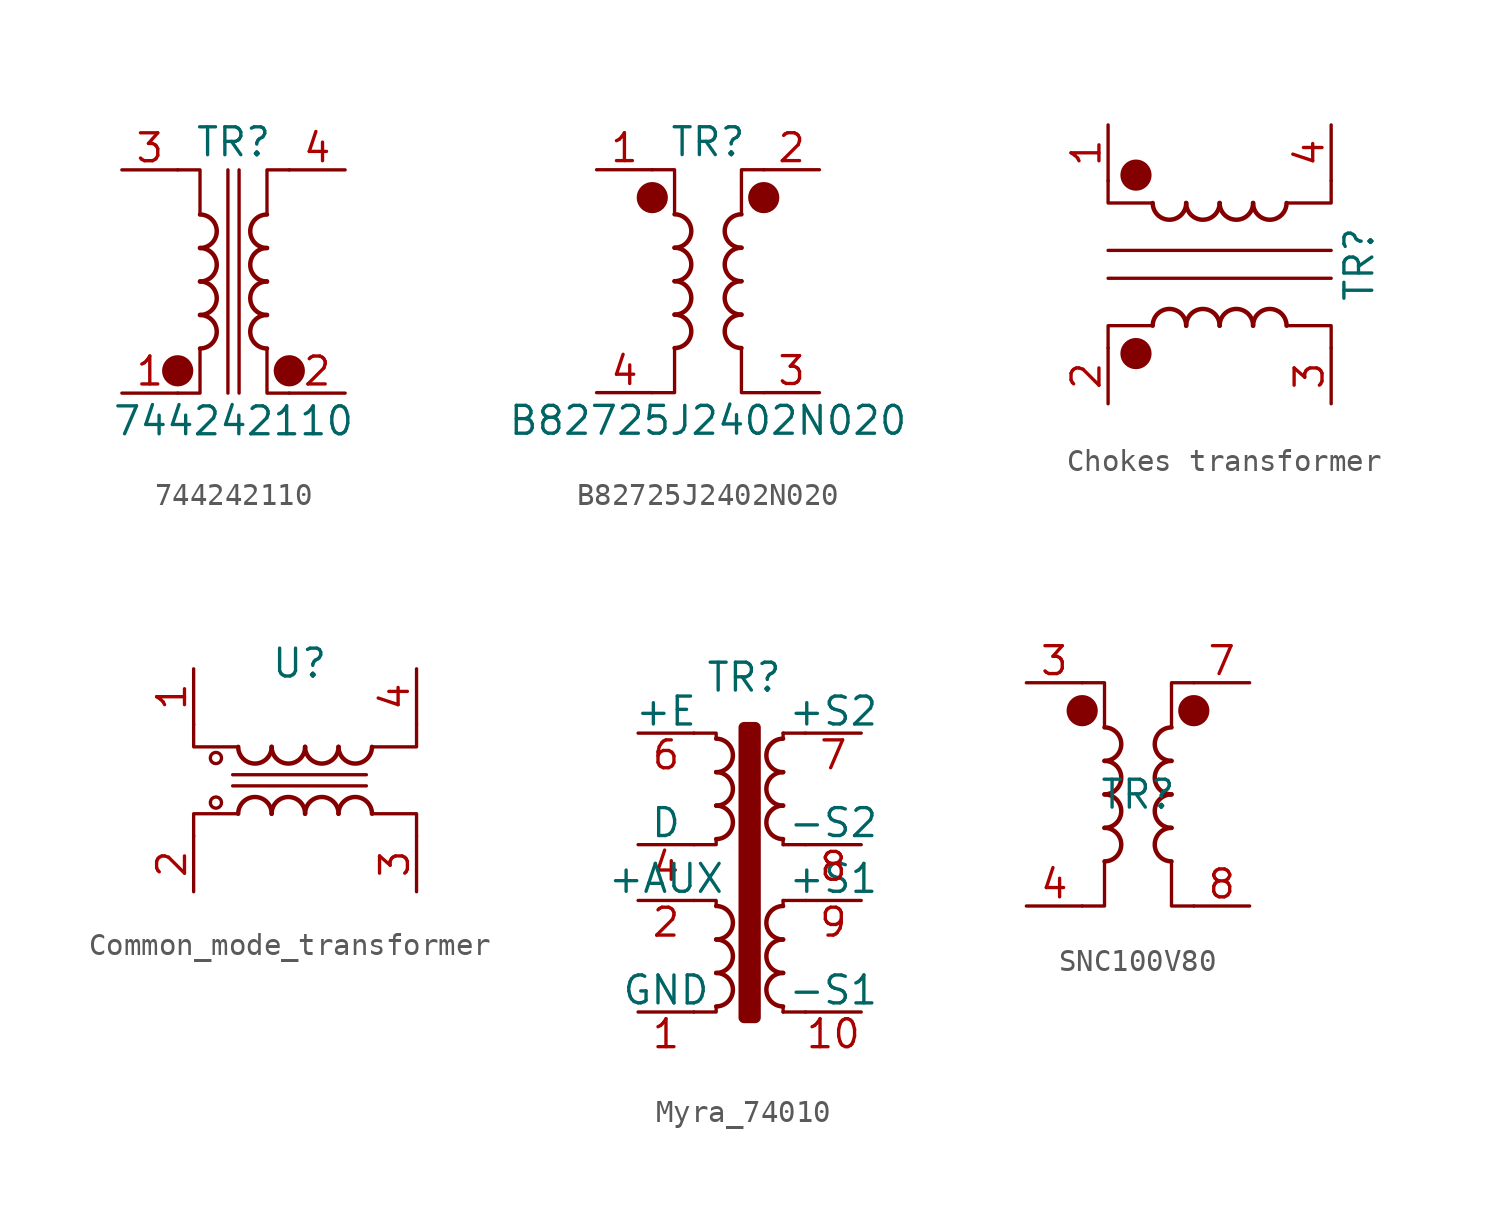
<source format=kicad_sym>
(kicad_symbol_lib
  (version 20231120)
  (generator "kicad_symbol_editor")
  (generator_version "8.0")
  (symbol "744242110"
    (pin_names hide)
    (property "Reference" "TR"
      (at 0 6.35 0)
      (effects (font (size 1.27 1.27))))
    (property "Value" "744242110"
      (at 0 -6.35 0)
      (effects (font (size 1.27 1.27))))
    (symbol "744242110_0_1"
      (circle (center -2.54 -4.064) (radius 0.635) (stroke (width 0) (type default)) (fill (type outline)))
      (arc (start -1.524 -3.048) (mid -0.7653 -2.286) (end -1.524 -1.524) (stroke (width 0.2032) (type default)) (fill (type none)))
      (arc (start -1.524 -1.524) (mid -0.7653 -0.762) (end -1.524 0) (stroke (width 0.2032) (type default)) (fill (type none)))
      (arc (start -1.524 0) (mid -0.7653 0.762) (end -1.524 1.524) (stroke (width 0.2032) (type default)) (fill (type none)))
      (arc (start -1.524 1.524) (mid -0.7653 2.286) (end -1.524 3.048) (stroke (width 0.2032) (type default)) (fill (type none)))
      (polyline (pts (xy -0.254 5.08) (xy -0.254 -5.08)) (stroke (width 0) (type default)) (fill (type none)))
      (polyline (pts (xy 0.254 -5.08) (xy 0.254 5.08)) (stroke (width 0) (type default)) (fill (type none)))
      (polyline (pts (xy -2.54 5.08) (xy -1.524 5.08) (xy -1.524 3.048)) (stroke (width 0.152) (type default)) (fill (type none)))
      (polyline (pts (xy -1.524 -3.048) (xy -1.524 -5.08) (xy -2.54 -5.08)) (stroke (width 0.152) (type default)) (fill (type none)))
      (polyline (pts (xy 1.524 3.048) (xy 1.524 5.08) (xy 2.54 5.08)) (stroke (width 0.152) (type default)) (fill (type none)))
      (polyline (pts (xy 2.54 -5.08) (xy 1.524 -5.08) (xy 1.524 -3.048)) (stroke (width 0.152) (type default)) (fill (type none)))
      (arc (start 1.524 -1.524) (mid 0.7653 -2.286) (end 1.524 -3.048) (stroke (width 0.2032) (type default)) (fill (type none)))
      (arc (start 1.524 0) (mid 0.7653 -0.762) (end 1.524 -1.524) (stroke (width 0.2032) (type default)) (fill (type none)))
      (arc (start 1.524 1.524) (mid 0.7653 0.762) (end 1.524 0) (stroke (width 0.2032) (type default)) (fill (type none)))
      (arc (start 1.524 3.048) (mid 0.7653 2.286) (end 1.524 1.524) (stroke (width 0.2032) (type default)) (fill (type none)))
      (circle (center 2.54 -4.064) (radius 0.635) (stroke (width 0) (type default)) (fill (type outline))))
    (symbol "744242110_1_1"
      (pin passive line (at -5.08 -5.08 0) (length 2.54) (name "~" (effects (font (size 1.27 1.27)))) (number "1" (effects (font (size 1.27 1.27)))))
      (pin passive line (at 5.08 -5.08 180) (length 2.54) (name "~" (effects (font (size 1.27 1.27)))) (number "2" (effects (font (size 1.27 1.27)))))
      (pin passive line (at -5.08 5.08 0) (length 2.54) (name "~" (effects (font (size 1.27 1.27)))) (number "3" (effects (font (size 1.27 1.27)))))
      (pin passive line (at 5.08 5.08 180) (length 2.54) (name "~" (effects (font (size 1.27 1.27)))) (number "4" (effects (font (size 1.27 1.27)))))))
  (symbol "B82725J2402N020"
    (pin_names hide)
    (property "Reference" "TR"
      (at 0 6.35 0)
      (effects (font (size 1.27 1.27))))
    (property "Value" "B82725J2402N020"
      (at 0 -6.35 0)
      (effects (font (size 1.27 1.27))))
    (symbol "B82725J2402N020_0_1"
      (circle (center -2.54 3.81) (radius 0.635) (stroke (width 0) (type default)) (fill (type outline)))
      (arc (start -1.524 -3.048) (mid -0.7653 -2.286) (end -1.524 -1.524) (stroke (width 0.2032) (type default)) (fill (type none)))
      (arc (start -1.524 -1.524) (mid -0.7653 -0.762) (end -1.524 0) (stroke (width 0.2032) (type default)) (fill (type none)))
      (arc (start -1.524 0) (mid -0.7653 0.762) (end -1.524 1.524) (stroke (width 0.2032) (type default)) (fill (type none)))
      (arc (start -1.524 1.524) (mid -0.7653 2.286) (end -1.524 3.048) (stroke (width 0.2032) (type default)) (fill (type none)))
      (polyline (pts (xy -2.54 5.08) (xy -1.524 5.08) (xy -1.524 3.048)) (stroke (width 0.152) (type default)) (fill (type none)))
      (polyline (pts (xy -1.524 -3.048) (xy -1.524 -5.08) (xy -2.54 -5.08)) (stroke (width 0.152) (type default)) (fill (type none)))
      (polyline (pts (xy 1.524 3.048) (xy 1.524 5.08) (xy 2.54 5.08)) (stroke (width 0.152) (type default)) (fill (type none)))
      (polyline (pts (xy 2.54 -5.08) (xy 1.524 -5.08) (xy 1.524 -3.048)) (stroke (width 0.152) (type default)) (fill (type none)))
      (arc (start 1.524 -1.524) (mid 0.7653 -2.286) (end 1.524 -3.048) (stroke (width 0.2032) (type default)) (fill (type none)))
      (arc (start 1.524 0) (mid 0.7653 -0.762) (end 1.524 -1.524) (stroke (width 0.2032) (type default)) (fill (type none)))
      (arc (start 1.524 1.524) (mid 0.7653 0.762) (end 1.524 0) (stroke (width 0.2032) (type default)) (fill (type none)))
      (arc (start 1.524 3.048) (mid 0.7653 2.286) (end 1.524 1.524) (stroke (width 0.2032) (type default)) (fill (type none)))
      (circle (center 2.54 3.81) (radius 0.635) (stroke (width 0) (type default)) (fill (type outline))))
    (symbol "B82725J2402N020_1_1"
      (pin passive line (at -5.08 5.08 0) (length 2.54) (name "~" (effects (font (size 1.27 1.27)))) (number "1" (effects (font (size 1.27 1.27)))))
      (pin passive line (at 5.08 5.08 180) (length 2.54) (name "~" (effects (font (size 1.27 1.27)))) (number "2" (effects (font (size 1.27 1.27)))))
      (pin passive line (at 5.08 -5.08 180) (length 2.54) (name "~" (effects (font (size 1.27 1.27)))) (number "3" (effects (font (size 1.27 1.27)))))
      (pin passive line (at -5.08 -5.08 0) (length 2.54) (name "~" (effects (font (size 1.27 1.27)))) (number "4" (effects (font (size 1.27 1.27)))))))
  (symbol "Chokes transformer"
    (pin_names hide)
    (property "Reference" "TR"
      (at 6.35 0 90)
      (effects (font (size 1.27 1.27))))
    (symbol "Chokes transformer_0_1"
      (circle (center -3.81 -4.064) (radius 0.635) (stroke (width 0) (type default)) (fill (type outline)))
      (circle (center -3.81 4.064) (radius 0.635) (stroke (width 0) (type default)) (fill (type outline)))
      (arc (start -3.048 2.794) (mid -2.286 2.0353) (end -1.524 2.794) (stroke (width 0.2032) (type default)) (fill (type none)))
      (arc (start -1.524 -2.794) (mid -2.286 -2.0353) (end -3.048 -2.794) (stroke (width 0.2032) (type default)) (fill (type none)))
      (arc (start -1.524 2.794) (mid -0.762 2.0353) (end 0 2.794) (stroke (width 0.2032) (type default)) (fill (type none)))
      (arc (start 0 -2.794) (mid -0.762 -2.0353) (end -1.524 -2.794) (stroke (width 0.2032) (type default)) (fill (type none)))
      (polyline (pts (xy -5.08 -0.635) (xy 5.08 -0.635)) (stroke (width 0) (type default)) (fill (type none)))
      (polyline (pts (xy 5.08 0.635) (xy -5.08 0.635)) (stroke (width 0) (type default)) (fill (type none)))
      (polyline (pts (xy -5.08 -3.81) (xy -5.08 -2.794) (xy -3.048 -2.794)) (stroke (width 0.152) (type default)) (fill (type none)))
      (polyline (pts (xy -3.048 2.794) (xy -5.08 2.794) (xy -5.08 3.81)) (stroke (width 0.152) (type default)) (fill (type none)))
      (polyline (pts (xy 3.048 -2.794) (xy 5.08 -2.794) (xy 5.08 -3.81)) (stroke (width 0.152) (type default)) (fill (type none)))
      (polyline (pts (xy 5.08 3.81) (xy 5.08 2.794) (xy 3.048 2.794)) (stroke (width 0.152) (type default)) (fill (type none)))
      (arc (start 0 2.794) (mid 0.762 2.0353) (end 1.524 2.794) (stroke (width 0.2032) (type default)) (fill (type none)))
      (arc (start 1.524 -2.794) (mid 0.762 -2.0353) (end 0 -2.794) (stroke (width 0.2032) (type default)) (fill (type none)))
      (arc (start 1.524 2.794) (mid 2.286 2.0353) (end 3.048 2.794) (stroke (width 0.2032) (type default)) (fill (type none)))
      (arc (start 3.048 -2.794) (mid 2.286 -2.0353) (end 1.524 -2.794) (stroke (width 0.2032) (type default)) (fill (type none))))
    (symbol "Chokes transformer_1_1"
      (pin passive line (at -5.08 6.35 270) (length 2.54) (name "~" (effects (font (size 1.27 1.27)))) (number "1" (effects (font (size 1.27 1.27)))))
      (pin passive line (at -5.08 -6.35 90) (length 2.54) (name "~" (effects (font (size 1.27 1.27)))) (number "2" (effects (font (size 1.27 1.27)))))
      (pin passive line (at 5.08 -6.35 90) (length 2.54) (name "~" (effects (font (size 1.27 1.27)))) (number "3" (effects (font (size 1.27 1.27)))))
      (pin passive line (at 5.08 6.35 270) (length 2.54) (name "~" (effects (font (size 1.27 1.27)))) (number "4" (effects (font (size 1.27 1.27)))))))
  (symbol "Common_mode_transformer"
    (pin_names
      (offset 0) hide)
    (property "Reference" "U"
      (at -0.254 5.334 0)
      (effects (font (size 1.27 1.27))))
    (property "Value" ""
      (at 0 0 90)
      (effects (font (size 1.27 1.27))))
    (symbol "Common_mode_transformer_0_1"
      (circle (center -4.064 -1.016) (radius 0.254) (stroke (width 0) (type default)) (fill (type none)))
      (circle (center -4.064 1.016) (radius 0.254) (stroke (width 0) (type default)) (fill (type none)))
      (arc (start -3.048 1.524) (mid -2.286 0.7653) (end -1.524 1.524) (stroke (width 0.2032) (type default)) (fill (type none)))
      (arc (start -1.524 -1.524) (mid -2.286 -0.7653) (end -3.048 -1.524) (stroke (width 0.2032) (type default)) (fill (type none)))
      (arc (start -1.524 1.524) (mid -0.762 0.7653) (end 0 1.524) (stroke (width 0.2032) (type default)) (fill (type none)))
      (arc (start 0 -1.524) (mid -0.762 -0.7653) (end -1.524 -1.524) (stroke (width 0.2032) (type default)) (fill (type none)))
      (polyline (pts (xy 2.794 -0.254) (xy -3.302 -0.254)) (stroke (width 0) (type default)) (fill (type none)))
      (polyline (pts (xy 2.794 0.254) (xy -3.302 0.254)) (stroke (width 0) (type default)) (fill (type none)))
      (polyline (pts (xy -5.08 -2.54) (xy -5.08 -1.524) (xy -3.048 -1.524)) (stroke (width 0.152) (type default)) (fill (type none)))
      (polyline (pts (xy -3.048 1.524) (xy -5.08 1.524) (xy -5.08 2.54)) (stroke (width 0.152) (type default)) (fill (type none)))
      (polyline (pts (xy 3.048 -1.524) (xy 5.08 -1.524) (xy 5.08 -2.54)) (stroke (width 0.152) (type default)) (fill (type none)))
      (polyline (pts (xy 5.08 2.54) (xy 5.08 1.524) (xy 3.048 1.524)) (stroke (width 0.152) (type default)) (fill (type none)))
      (arc (start 0 1.524) (mid 0.762 0.7653) (end 1.524 1.524) (stroke (width 0.2032) (type default)) (fill (type none)))
      (arc (start 1.524 -1.524) (mid 0.762 -0.7653) (end 0 -1.524) (stroke (width 0.2032) (type default)) (fill (type none)))
      (arc (start 1.524 1.524) (mid 2.286 0.7653) (end 3.048 1.524) (stroke (width 0.2032) (type default)) (fill (type none)))
      (arc (start 3.048 -1.524) (mid 2.286 -0.7653) (end 1.524 -1.524) (stroke (width 0.2032) (type default)) (fill (type none))))
    (symbol "Common_mode_transformer_1_1"
      (pin passive line (at -5.08 5.08 270) (length 2.54) (name "~" (effects (font (size 1.27 1.27)))) (number "1" (effects (font (size 1.27 1.27)))))
      (pin passive line (at -5.08 -5.08 90) (length 2.54) (name "~" (effects (font (size 1.27 1.27)))) (number "2" (effects (font (size 1.27 1.27)))))
      (pin passive line (at 5.08 -5.08 90) (length 2.54) (name "~" (effects (font (size 1.27 1.27)))) (number "3" (effects (font (size 1.27 1.27)))))
      (pin passive line (at 5.08 5.08 270) (length 2.54) (name "" (effects (font (size 1.27 1.27)))) (number "4" (effects (font (size 1.27 1.27)))))))
  (symbol "Myra_74010"
    (pin_names
      (offset 0))
    (property "Reference" "TR"
      (at -0.254 8.89 0)
      (effects (font (size 1.27 1.27))))
    (property "Value" ""
      (at 0 0 0)
      (effects (font (size 1.27 1.27))))
    (symbol "Myra_74010_0_1"
      (arc (start -1.524 -6.096) (mid -0.7653 -5.334) (end -1.524 -4.572) (stroke (width 0.2032) (type default)) (fill (type none)))
      (arc (start -1.524 -4.572) (mid -0.7653 -3.81) (end -1.524 -3.048) (stroke (width 0.2032) (type default)) (fill (type none)))
      (arc (start -1.524 -3.048) (mid -0.7653 -2.286) (end -1.524 -1.524) (stroke (width 0.2032) (type default)) (fill (type none)))
      (arc (start -1.524 1.524) (mid -0.7653 2.286) (end -1.524 3.048) (stroke (width 0.2032) (type default)) (fill (type none)))
      (arc (start -1.524 3.048) (mid -0.7653 3.81) (end -1.524 4.572) (stroke (width 0.2032) (type default)) (fill (type none)))
      (arc (start -1.524 4.572) (mid -0.7653 5.334) (end -1.524 6.096) (stroke (width 0.2032) (type default)) (fill (type none)))
      (rectangle (start -0.254 6.604) (end 0.254 -6.604) (stroke (width 0.508) (type default)) (fill (type outline)))
      (polyline (pts (xy 1.524 -6.096) (xy 1.524 -6.35) (xy 1.524 -6.35)) (stroke (width 0) (type default)) (fill (type outline)))
      (polyline (pts (xy 1.524 -1.27) (xy 1.524 -1.524) (xy 1.524 -1.524)) (stroke (width 0) (type default)) (fill (type outline)))
      (polyline (pts (xy 1.524 -1.27) (xy 2.54 -1.27) (xy 2.54 -1.27)) (stroke (width 0) (type default)) (fill (type none)))
      (polyline (pts (xy 1.524 1.27) (xy 1.524 1.524) (xy 1.524 1.524)) (stroke (width 0) (type default)) (fill (type outline)))
      (polyline (pts (xy 1.524 1.27) (xy 2.54 1.27) (xy 2.54 1.27)) (stroke (width 0) (type default)) (fill (type none)))
      (polyline (pts (xy 1.524 6.35) (xy 1.524 6.096) (xy 1.524 6.096)) (stroke (width 0) (type default)) (fill (type outline)))
      (polyline (pts (xy 1.524 6.35) (xy 2.54 6.35) (xy 2.54 6.35)) (stroke (width 0) (type default)) (fill (type none)))
      (polyline (pts (xy 2.54 -6.35) (xy 1.524 -6.35) (xy 1.524 -6.35)) (stroke (width 0) (type default)) (fill (type none)))
      (polyline (pts (xy -1.524 -6.096) (xy -1.524 -6.35) (xy -2.54 -6.35) (xy -2.54 -6.35)) (stroke (width 0) (type default)) (fill (type none)))
      (polyline (pts (xy -1.524 -1.524) (xy -1.524 -1.27) (xy -2.54 -1.27) (xy -2.54 -1.27)) (stroke (width 0) (type default)) (fill (type none)))
      (polyline (pts (xy -1.524 1.524) (xy -1.524 1.27) (xy -2.54 1.27) (xy -2.54 1.27)) (stroke (width 0) (type default)) (fill (type none)))
      (polyline (pts (xy -1.524 6.096) (xy -1.524 6.35) (xy -2.54 6.35) (xy -2.54 6.35)) (stroke (width 0) (type default)) (fill (type none)))
      (arc (start 1.524 -4.572) (mid 0.7653 -5.334) (end 1.524 -6.096) (stroke (width 0.2032) (type default)) (fill (type none)))
      (arc (start 1.524 -3.048) (mid 0.7653 -3.81) (end 1.524 -4.572) (stroke (width 0.2032) (type default)) (fill (type none)))
      (arc (start 1.524 -1.524) (mid 0.7653 -2.286) (end 1.524 -3.048) (stroke (width 0.2032) (type default)) (fill (type none)))
      (arc (start 1.524 3.048) (mid 0.7653 2.286) (end 1.524 1.524) (stroke (width 0.2032) (type default)) (fill (type none)))
      (arc (start 1.524 4.572) (mid 0.7653 3.81) (end 1.524 3.048) (stroke (width 0.2032) (type default)) (fill (type none)))
      (arc (start 1.524 6.096) (mid 0.7653 5.334) (end 1.524 4.572) (stroke (width 0.2032) (type default)) (fill (type none))))
    (symbol "Myra_74010_1_0"
      (pin passive line (at 5.08 -6.35 180) (length 2.54) (name "-S1" (effects (font (size 1.27 1.27)))) (number "10" (effects (font (size 1.27 1.27)))))
      (pin passive line (at 5.08 -1.27 180) (length 2.54) (name "+S1" (effects (font (size 1.27 1.27)))) (number "9" (effects (font (size 1.27 1.27))))))
    (symbol "Myra_74010_1_1"
      (pin passive line (at -5.08 -6.35 0) (length 2.54) (name "GND" (effects (font (size 1.27 1.27)))) (number "1" (effects (font (size 1.27 1.27)))))
      (pin passive line (at -5.08 -1.27 0) (length 2.54) (name "+AUX" (effects (font (size 1.27 1.27)))) (number "2" (effects (font (size 1.27 1.27)))))
      (pin passive line (at -5.08 1.27 0) (length 2.54) (name "D" (effects (font (size 1.27 1.27)))) (number "4" (effects (font (size 1.27 1.27)))))
      (pin passive line (at -5.08 6.35 0) (length 2.54) (name "+E" (effects (font (size 1.27 1.27)))) (number "6" (effects (font (size 1.27 1.27)))))
      (pin passive line (at 5.08 6.35 180) (length 2.54) (name "+S2" (effects (font (size 1.27 1.27)))) (number "7" (effects (font (size 1.27 1.27)))))
      (pin passive line (at 5.08 1.27 180) (length 2.54) (name "-S2" (effects (font (size 1.27 1.27)))) (number "8" (effects (font (size 1.27 1.27)))))))
  (symbol "SNC100V80"
    (property "Reference" "TR"
      (at 0 0 0)
      (effects (font (size 1.27 1.27))))
    (property "Value" ""
      (at 0 0 0)
      (effects (font (size 1.27 1.27))))
    (symbol "SNC100V80_0_1"
      (circle (center -2.54 3.81) (radius 0.635) (stroke (width 0) (type default)) (fill (type outline)))
      (arc (start -1.524 -3.048) (mid -0.7653 -2.286) (end -1.524 -1.524) (stroke (width 0.2032) (type default)) (fill (type none)))
      (arc (start -1.524 -1.524) (mid -0.7653 -0.762) (end -1.524 0) (stroke (width 0.2032) (type default)) (fill (type none)))
      (arc (start -1.524 0) (mid -0.7653 0.762) (end -1.524 1.524) (stroke (width 0.2032) (type default)) (fill (type none)))
      (arc (start -1.524 1.524) (mid -0.7653 2.286) (end -1.524 3.048) (stroke (width 0.2032) (type default)) (fill (type none)))
      (polyline (pts (xy -2.54 5.08) (xy -1.524 5.08) (xy -1.524 3.048)) (stroke (width 0.152) (type default)) (fill (type none)))
      (polyline (pts (xy -1.524 -3.048) (xy -1.524 -5.08) (xy -2.54 -5.08)) (stroke (width 0.152) (type default)) (fill (type none)))
      (polyline (pts (xy 1.524 3.048) (xy 1.524 5.08) (xy 2.54 5.08)) (stroke (width 0.152) (type default)) (fill (type none)))
      (polyline (pts (xy 2.54 -5.08) (xy 1.524 -5.08) (xy 1.524 -3.048)) (stroke (width 0.152) (type default)) (fill (type none)))
      (arc (start 1.524 -1.524) (mid 0.7653 -2.286) (end 1.524 -3.048) (stroke (width 0.2032) (type default)) (fill (type none)))
      (arc (start 1.524 0) (mid 0.7653 -0.762) (end 1.524 -1.524) (stroke (width 0.2032) (type default)) (fill (type none)))
      (arc (start 1.524 1.524) (mid 0.7653 0.762) (end 1.524 0) (stroke (width 0.2032) (type default)) (fill (type none)))
      (arc (start 1.524 3.048) (mid 0.7653 2.286) (end 1.524 1.524) (stroke (width 0.2032) (type default)) (fill (type none)))
      (circle (center 2.54 3.81) (radius 0.635) (stroke (width 0) (type default)) (fill (type outline))))
    (symbol "SNC100V80_1_1"
      (pin passive line (at -5.08 5.08 0) (length 2.54) (name "~" (effects (font (size 1.27 1.27)))) (number "3" (effects (font (size 1.27 1.27)))))
      (pin passive line (at -5.08 -5.08 0) (length 2.54) (name "~" (effects (font (size 1.27 1.27)))) (number "4" (effects (font (size 1.27 1.27)))))
      (pin passive line (at 5.08 5.08 180) (length 2.54) (name "~" (effects (font (size 1.27 1.27)))) (number "7" (effects (font (size 1.27 1.27)))))
      (pin passive line (at 5.08 -5.08 180) (length 2.54) (name "~" (effects (font (size 1.27 1.27)))) (number "8" (effects (font (size 1.27 1.27))))))))
</source>
